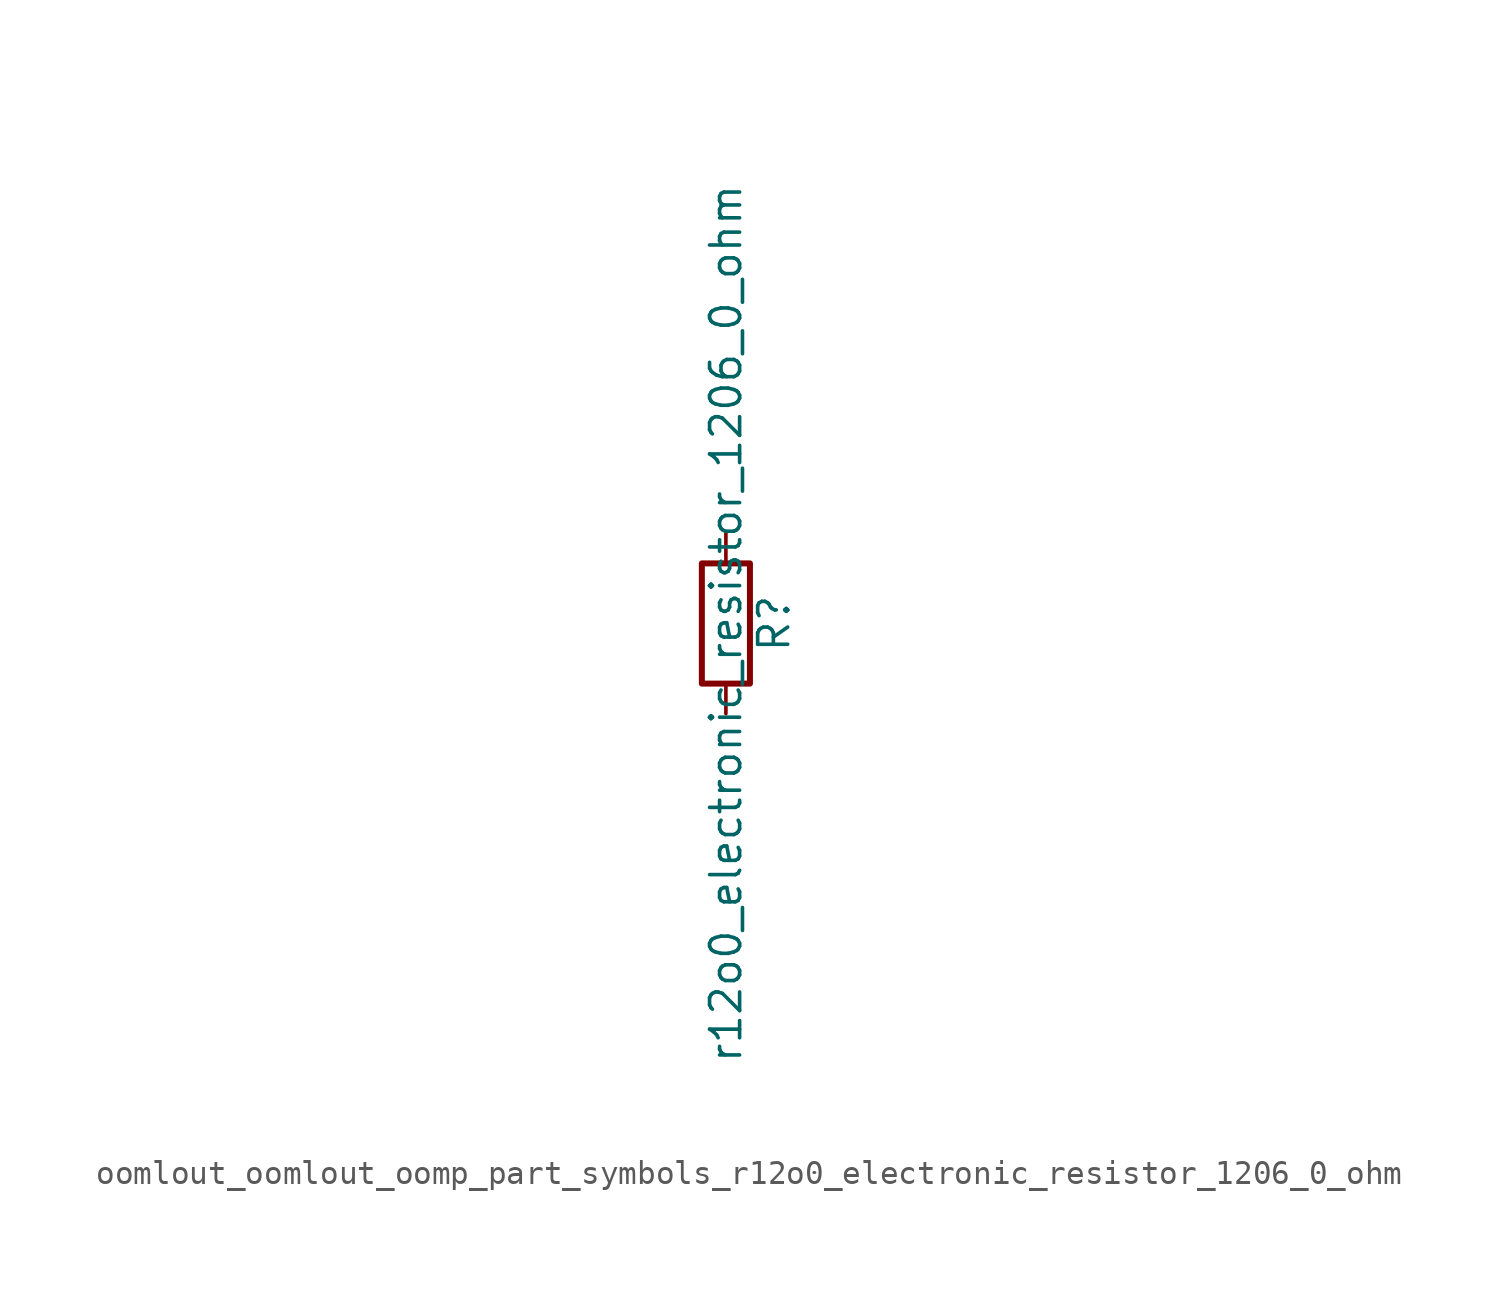
<source format=kicad_sym>
(kicad_symbol_lib
  (version 20220914)
  (generator kicad_symbol_editor)
  (symbol "oomlout_oomlout_oomp_part_symbols_r12o0_electronic_resistor_1206_0_ohm"
    (pin_numbers hide)
    (pin_names
      (offset 0))
    (property "Reference" "R"
      (at 2.032 0 90)
      (effects (font (size 1.27 1.27))))
    (property "Value" "r12o0_electronic_resistor_1206_0_ohm"
      (at 0 0 90)
      (effects (font (size 1.27 1.27))))
    (symbol "oomlout_oomlout_oomp_part_symbols_r12o0_electronic_resistor_1206_0_ohm_0_1"
      (rectangle (start -1.016 -2.54) (end 1.016 2.54) (stroke (width 0.254) (type default)) (fill (type none))))
    (symbol "oomlout_oomlout_oomp_part_symbols_r12o0_electronic_resistor_1206_0_ohm_1_1"
      (pin passive line (at 0 3.81 270) (length 1.27) (name "~" (effects (font (size 1.27 1.27)))) (number "1" (effects (font (size 1.27 1.27)))))
      (pin passive line (at 0 -3.81 90) (length 1.27) (name "~" (effects (font (size 1.27 1.27)))) (number "2" (effects (font (size 1.27 1.27))))))))
</source>
